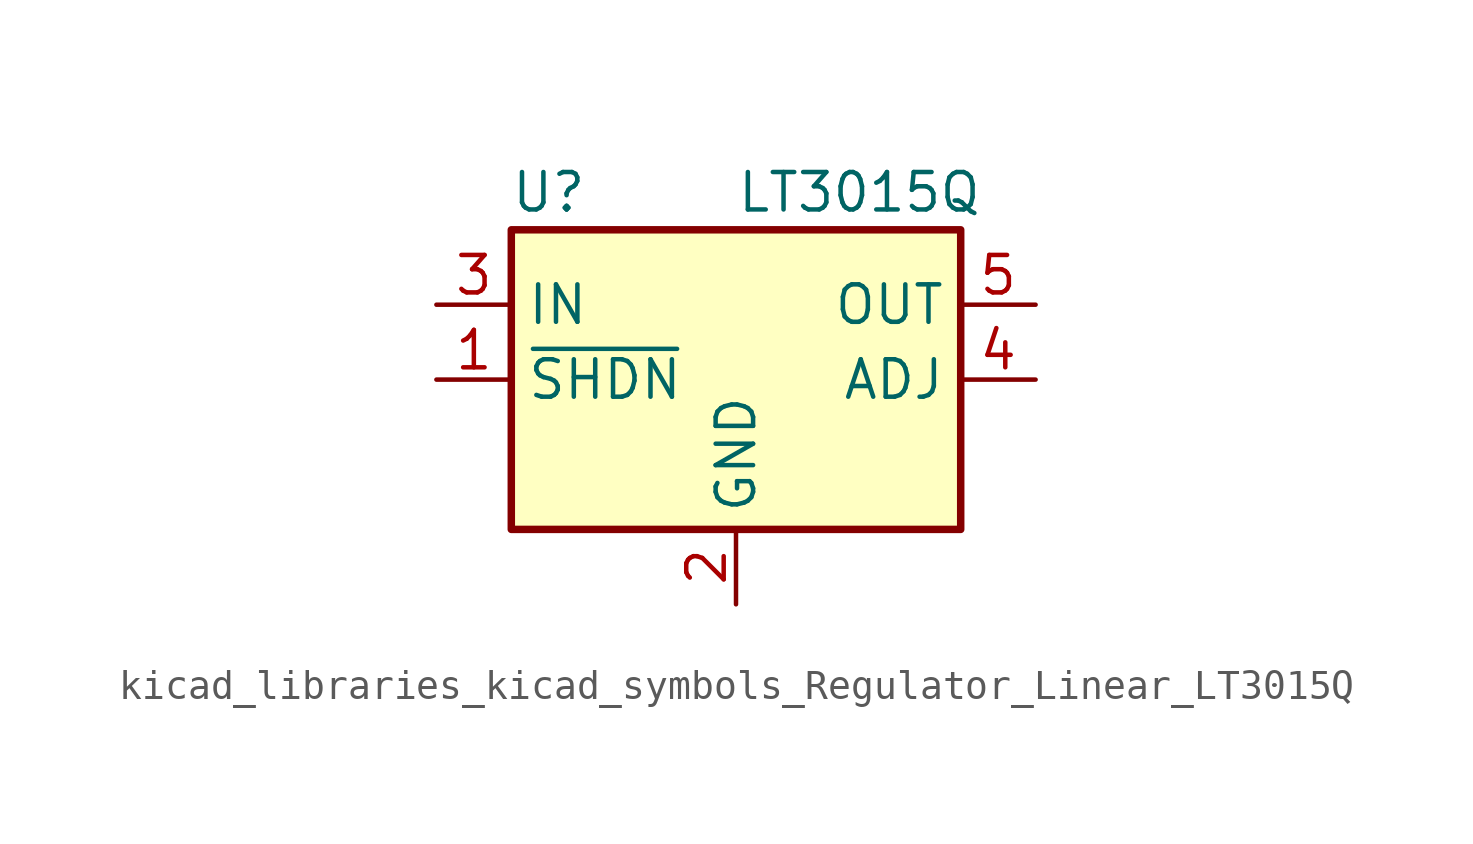
<source format=kicad_sym>
(kicad_symbol_lib
  (version 20220914)
  (generator kicad_symbol_editor)
  (symbol "kicad_libraries_kicad_symbols_Regulator_Linear_LT3015Q"
    (property "Reference" "U"
      (at -6.35 6.35 0)
      (effects (font (size 1.27 1.27))))
    (property "Value" "LT3015Q"
      (at 0 6.35 0)
      (effects (font (size 1.27 1.27)) (justify left)))
    (symbol "kicad_libraries_kicad_symbols_Regulator_Linear_LT3015Q_0_1"
      (rectangle (start -7.62 5.08) (end 7.62 -5.08) (stroke (width 0.254) (type default)) (fill (type background))))
    (symbol "kicad_libraries_kicad_symbols_Regulator_Linear_LT3015Q_1_1"
      (pin input line (at -10.16 0 0) (length 2.54) (name "~{SHDN}" (effects (font (size 1.27 1.27)))) (number "1" (effects (font (size 1.27 1.27)))))
      (pin power_in line (at 0 -7.62 90) (length 2.54) (name "GND" (effects (font (size 1.27 1.27)))) (number "2" (effects (font (size 1.27 1.27)))))
      (pin power_in line (at -10.16 2.54 0) (length 2.54) (name "IN" (effects (font (size 1.27 1.27)))) (number "3" (effects (font (size 1.27 1.27)))))
      (pin input line (at 10.16 0 180) (length 2.54) (name "ADJ" (effects (font (size 1.27 1.27)))) (number "4" (effects (font (size 1.27 1.27)))))
      (pin power_out line (at 10.16 2.54 180) (length 2.54) (name "OUT" (effects (font (size 1.27 1.27)))) (number "5" (effects (font (size 1.27 1.27))))))))
</source>
